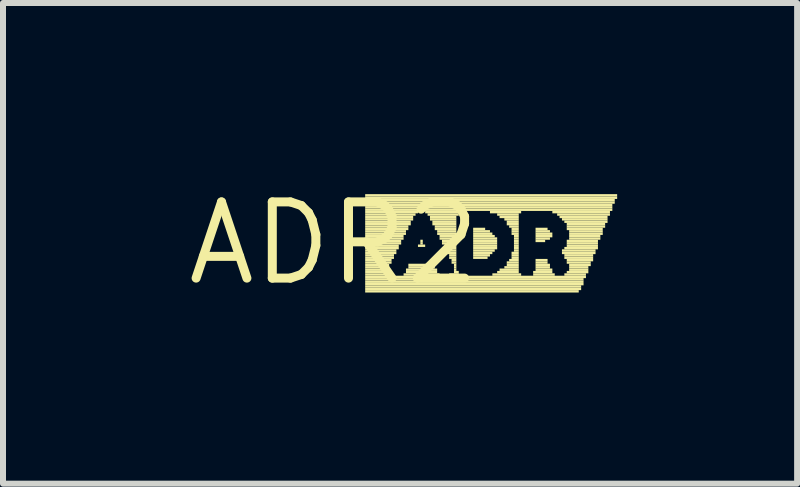
<source format=kicad_pcb>
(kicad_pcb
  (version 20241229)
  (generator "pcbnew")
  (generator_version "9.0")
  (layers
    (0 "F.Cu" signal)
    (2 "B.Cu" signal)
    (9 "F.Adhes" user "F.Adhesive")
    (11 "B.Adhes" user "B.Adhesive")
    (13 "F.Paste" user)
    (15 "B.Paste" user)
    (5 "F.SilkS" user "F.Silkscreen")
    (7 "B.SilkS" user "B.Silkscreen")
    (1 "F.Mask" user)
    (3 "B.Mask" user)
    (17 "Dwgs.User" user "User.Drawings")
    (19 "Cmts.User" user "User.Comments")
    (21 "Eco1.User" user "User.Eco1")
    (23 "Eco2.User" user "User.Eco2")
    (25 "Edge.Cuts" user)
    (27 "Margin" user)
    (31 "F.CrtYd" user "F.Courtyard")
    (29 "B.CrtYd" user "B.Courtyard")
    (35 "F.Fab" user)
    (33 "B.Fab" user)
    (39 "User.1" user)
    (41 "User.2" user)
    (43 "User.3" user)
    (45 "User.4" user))
  (footprint "ADR2"
    (layer "F.Cu")
    (at 2.517 1.006)
    (property "Reference" "ADR2" (at 0 0 0) (layer "F.SilkS") (effects (font (size 1.27 1.27) (thickness 0.15))))
    (fp_poly (pts (xy 0.52 -0.78) (xy 4.72 -0.78) (xy 4.72 -0.82) (xy 0.52 -0.82)) (stroke (width 0) (type default)) (fill yes) (layer "F.SilkS"))
    (fp_poly (pts (xy 0.52 -0.74) (xy 4.72 -0.74) (xy 4.72 -0.78) (xy 0.52 -0.78)) (stroke (width 0) (type default)) (fill yes) (layer "F.SilkS"))
    (fp_poly (pts (xy 0.52 -0.7) (xy 4.68 -0.7) (xy 4.68 -0.74) (xy 0.52 -0.74)) (stroke (width 0) (type default)) (fill yes) (layer "F.SilkS"))
    (fp_poly (pts (xy 0.52 -0.66) (xy 4.68 -0.66) (xy 4.68 -0.7) (xy 0.52 -0.7)) (stroke (width 0) (type default)) (fill yes) (layer "F.SilkS"))
    (fp_poly (pts (xy 0.52 -0.62) (xy 4.64 -0.62) (xy 4.64 -0.66) (xy 0.52 -0.66)) (stroke (width 0) (type default)) (fill yes) (layer "F.SilkS"))
    (fp_poly (pts (xy 0.52 -0.58) (xy 4.64 -0.58) (xy 4.64 -0.62) (xy 0.52 -0.62)) (stroke (width 0) (type default)) (fill yes) (layer "F.SilkS"))
    (fp_poly (pts (xy 0.52 -0.54) (xy 4.64 -0.54) (xy 4.64 -0.58) (xy 0.52 -0.58)) (stroke (width 0) (type default)) (fill yes) (layer "F.SilkS"))
    (fp_poly (pts (xy 0.52 -0.5) (xy 1.4 -0.5) (xy 1.4 -0.54) (xy 0.52 -0.54)) (stroke (width 0) (type default)) (fill yes) (layer "F.SilkS"))
    (fp_poly (pts (xy 0.52 -0.46) (xy 1.36 -0.46) (xy 1.36 -0.5) (xy 0.52 -0.5)) (stroke (width 0) (type default)) (fill yes) (layer "F.SilkS"))
    (fp_poly (pts (xy 0.52 -0.42) (xy 1.32 -0.42) (xy 1.32 -0.46) (xy 0.52 -0.46)) (stroke (width 0) (type default)) (fill yes) (layer "F.SilkS"))
    (fp_poly (pts (xy 0.52 -0.38) (xy 1.32 -0.38) (xy 1.32 -0.42) (xy 0.52 -0.42)) (stroke (width 0) (type default)) (fill yes) (layer "F.SilkS"))
    (fp_poly (pts (xy 0.52 -0.34) (xy 1.28 -0.34) (xy 1.28 -0.38) (xy 0.52 -0.38)) (stroke (width 0) (type default)) (fill yes) (layer "F.SilkS"))
    (fp_poly (pts (xy 0.52 -0.3) (xy 1.28 -0.3) (xy 1.28 -0.34) (xy 0.52 -0.34)) (stroke (width 0) (type default)) (fill yes) (layer "F.SilkS"))
    (fp_poly (pts (xy 0.52 -0.26) (xy 1.24 -0.26) (xy 1.24 -0.3) (xy 0.52 -0.3)) (stroke (width 0) (type default)) (fill yes) (layer "F.SilkS"))
    (fp_poly (pts (xy 0.52 -0.22) (xy 1.24 -0.22) (xy 1.24 -0.26) (xy 0.52 -0.26)) (stroke (width 0) (type default)) (fill yes) (layer "F.SilkS"))
    (fp_poly (pts (xy 0.52 -0.18) (xy 1.2 -0.18) (xy 1.2 -0.22) (xy 0.52 -0.22)) (stroke (width 0) (type default)) (fill yes) (layer "F.SilkS"))
    (fp_poly (pts (xy 0.52 -0.14) (xy 1.2 -0.14) (xy 1.2 -0.18) (xy 0.52 -0.18)) (stroke (width 0) (type default)) (fill yes) (layer "F.SilkS"))
    (fp_poly (pts (xy 0.52 -0.1) (xy 1.16 -0.1) (xy 1.16 -0.14) (xy 0.52 -0.14)) (stroke (width 0) (type default)) (fill yes) (layer "F.SilkS"))
    (fp_poly (pts (xy 0.52 -0.06) (xy 1.16 -0.06) (xy 1.16 -0.1) (xy 0.52 -0.1)) (stroke (width 0) (type default)) (fill yes) (layer "F.SilkS"))
    (fp_poly (pts (xy 0.52 -0.02) (xy 1.12 -0.02) (xy 1.12 -0.06) (xy 0.52 -0.06)) (stroke (width 0) (type default)) (fill yes) (layer "F.SilkS"))
    (fp_poly (pts (xy 0.52 0.02) (xy 1.12 0.02) (xy 1.12 -0.02) (xy 0.52 -0.02)) (stroke (width 0) (type default)) (fill yes) (layer "F.SilkS"))
    (fp_poly (pts (xy 0.52 0.06) (xy 1.08 0.06) (xy 1.08 0.02) (xy 0.52 0.02)) (stroke (width 0) (type default)) (fill yes) (layer "F.SilkS"))
    (fp_poly (pts (xy 0.52 0.1) (xy 1.08 0.1) (xy 1.08 0.06) (xy 0.52 0.06)) (stroke (width 0) (type default)) (fill yes) (layer "F.SilkS"))
    (fp_poly (pts (xy 0.52 0.14) (xy 1.04 0.14) (xy 1.04 0.1) (xy 0.52 0.1)) (stroke (width 0) (type default)) (fill yes) (layer "F.SilkS"))
    (fp_poly (pts (xy 0.52 0.18) (xy 1.04 0.18) (xy 1.04 0.14) (xy 0.52 0.14)) (stroke (width 0) (type default)) (fill yes) (layer "F.SilkS"))
    (fp_poly (pts (xy 0.52 0.22) (xy 1 0.22) (xy 1 0.18) (xy 0.52 0.18)) (stroke (width 0) (type default)) (fill yes) (layer "F.SilkS"))
    (fp_poly (pts (xy 0.52 0.26) (xy 1 0.26) (xy 1 0.22) (xy 0.52 0.22)) (stroke (width 0) (type default)) (fill yes) (layer "F.SilkS"))
    (fp_poly (pts (xy 0.52 0.3) (xy 0.96 0.3) (xy 0.96 0.26) (xy 0.52 0.26)) (stroke (width 0) (type default)) (fill yes) (layer "F.SilkS"))
    (fp_poly (pts (xy 0.52 0.34) (xy 0.96 0.34) (xy 0.96 0.3) (xy 0.52 0.3)) (stroke (width 0) (type default)) (fill yes) (layer "F.SilkS"))
    (fp_poly (pts (xy 0.52 0.38) (xy 0.92 0.38) (xy 0.92 0.34) (xy 0.52 0.34)) (stroke (width 0) (type default)) (fill yes) (layer "F.SilkS"))
    (fp_poly (pts (xy 0.52 0.42) (xy 0.92 0.42) (xy 0.92 0.38) (xy 0.52 0.38)) (stroke (width 0) (type default)) (fill yes) (layer "F.SilkS"))
    (fp_poly (pts (xy 0.52 0.46) (xy 0.92 0.46) (xy 0.92 0.42) (xy 0.52 0.42)) (stroke (width 0) (type default)) (fill yes) (layer "F.SilkS"))
    (fp_poly (pts (xy 0.52 0.5) (xy 0.92 0.5) (xy 0.92 0.46) (xy 0.52 0.46)) (stroke (width 0) (type default)) (fill yes) (layer "F.SilkS"))
    (fp_poly (pts (xy 0.52 0.54) (xy 1 0.54) (xy 1 0.5) (xy 0.52 0.5)) (stroke (width 0) (type default)) (fill yes) (layer "F.SilkS"))
    (fp_poly (pts (xy 0.52 0.58) (xy 4.2 0.58) (xy 4.2 0.54) (xy 0.52 0.54)) (stroke (width 0) (type default)) (fill yes) (layer "F.SilkS"))
    (fp_poly (pts (xy 0.52 0.62) (xy 4.16 0.62) (xy 4.16 0.58) (xy 0.52 0.58)) (stroke (width 0) (type default)) (fill yes) (layer "F.SilkS"))
    (fp_poly (pts (xy 0.52 0.66) (xy 4.16 0.66) (xy 4.16 0.62) (xy 0.52 0.62)) (stroke (width 0) (type default)) (fill yes) (layer "F.SilkS"))
    (fp_poly (pts (xy 0.52 0.7) (xy 4.16 0.7) (xy 4.16 0.66) (xy 0.52 0.66)) (stroke (width 0) (type default)) (fill yes) (layer "F.SilkS"))
    (fp_poly (pts (xy 0.52 0.74) (xy 4.12 0.74) (xy 4.12 0.7) (xy 0.52 0.7)) (stroke (width 0) (type default)) (fill yes) (layer "F.SilkS"))
    (fp_poly (pts (xy 0.52 0.78) (xy 4.12 0.78) (xy 4.12 0.74) (xy 0.52 0.74)) (stroke (width 0) (type default)) (fill yes) (layer "F.SilkS"))
    (fp_poly (pts (xy 0.52 0.82) (xy 4.08 0.82) (xy 4.08 0.78) (xy 0.52 0.78)) (stroke (width 0) (type default)) (fill yes) (layer "F.SilkS"))
    (fp_poly (pts (xy 1.16 0.54) (xy 1.76 0.54) (xy 1.76 0.5) (xy 1.16 0.5)) (stroke (width 0) (type default)) (fill yes) (layer "F.SilkS"))
    (fp_poly (pts (xy 1.2 0.46) (xy 1.72 0.46) (xy 1.72 0.42) (xy 1.2 0.42)) (stroke (width 0) (type default)) (fill yes) (layer "F.SilkS"))
    (fp_poly (pts (xy 1.2 0.5) (xy 1.72 0.5) (xy 1.72 0.46) (xy 1.2 0.46)) (stroke (width 0) (type default)) (fill yes) (layer "F.SilkS"))
    (fp_poly (pts (xy 1.24 0.38) (xy 1.68 0.38) (xy 1.68 0.34) (xy 1.24 0.34)) (stroke (width 0) (type default)) (fill yes) (layer "F.SilkS"))
    (fp_poly (pts (xy 1.24 0.42) (xy 1.68 0.42) (xy 1.68 0.38) (xy 1.24 0.38)) (stroke (width 0) (type default)) (fill yes) (layer "F.SilkS"))
    (fp_poly (pts (xy 1.4 0.06) (xy 1.52 0.06) (xy 1.52 0.02) (xy 1.4 0.02)) (stroke (width 0) (type default)) (fill yes) (layer "F.SilkS"))
    (fp_poly (pts (xy 1.44 -0.02) (xy 1.48 -0.02) (xy 1.48 -0.06) (xy 1.44 -0.06)) (stroke (width 0) (type default)) (fill yes) (layer "F.SilkS"))
    (fp_poly (pts (xy 1.44 0.02) (xy 1.48 0.02) (xy 1.48 -0.02) (xy 1.44 -0.02)) (stroke (width 0) (type default)) (fill yes) (layer "F.SilkS"))
    (fp_poly (pts (xy 1.52 -0.5) (xy 2.12 -0.5) (xy 2.12 -0.54) (xy 1.52 -0.54)) (stroke (width 0) (type default)) (fill yes) (layer "F.SilkS"))
    (fp_poly (pts (xy 1.56 -0.46) (xy 2.08 -0.46) (xy 2.08 -0.5) (xy 1.56 -0.5)) (stroke (width 0) (type default)) (fill yes) (layer "F.SilkS"))
    (fp_poly (pts (xy 1.6 -0.42) (xy 2.04 -0.42) (xy 2.04 -0.46) (xy 1.6 -0.46)) (stroke (width 0) (type default)) (fill yes) (layer "F.SilkS"))
    (fp_poly (pts (xy 1.6 -0.38) (xy 2.04 -0.38) (xy 2.04 -0.42) (xy 1.6 -0.42)) (stroke (width 0) (type default)) (fill yes) (layer "F.SilkS"))
    (fp_poly (pts (xy 1.64 -0.34) (xy 2.04 -0.34) (xy 2.04 -0.38) (xy 1.64 -0.38)) (stroke (width 0) (type default)) (fill yes) (layer "F.SilkS"))
    (fp_poly (pts (xy 1.64 -0.3) (xy 2.04 -0.3) (xy 2.04 -0.34) (xy 1.64 -0.34)) (stroke (width 0) (type default)) (fill yes) (layer "F.SilkS"))
    (fp_poly (pts (xy 1.68 -0.26) (xy 2.04 -0.26) (xy 2.04 -0.3) (xy 1.68 -0.3)) (stroke (width 0) (type default)) (fill yes) (layer "F.SilkS"))
    (fp_poly (pts (xy 1.68 -0.22) (xy 2.04 -0.22) (xy 2.04 -0.26) (xy 1.68 -0.26)) (stroke (width 0) (type default)) (fill yes) (layer "F.SilkS"))
    (fp_poly (pts (xy 1.72 -0.18) (xy 2.04 -0.18) (xy 2.04 -0.22) (xy 1.72 -0.22)) (stroke (width 0) (type default)) (fill yes) (layer "F.SilkS"))
    (fp_poly (pts (xy 1.72 -0.14) (xy 2.04 -0.14) (xy 2.04 -0.18) (xy 1.72 -0.18)) (stroke (width 0) (type default)) (fill yes) (layer "F.SilkS"))
    (fp_poly (pts (xy 1.76 -0.1) (xy 2.04 -0.1) (xy 2.04 -0.14) (xy 1.76 -0.14)) (stroke (width 0) (type default)) (fill yes) (layer "F.SilkS"))
    (fp_poly (pts (xy 1.76 -0.06) (xy 2.04 -0.06) (xy 2.04 -0.1) (xy 1.76 -0.1)) (stroke (width 0) (type default)) (fill yes) (layer "F.SilkS"))
    (fp_poly (pts (xy 1.8 -0.02) (xy 2.04 -0.02) (xy 2.04 -0.06) (xy 1.8 -0.06)) (stroke (width 0) (type default)) (fill yes) (layer "F.SilkS"))
    (fp_poly (pts (xy 1.8 0.02) (xy 2.04 0.02) (xy 2.04 -0.02) (xy 1.8 -0.02)) (stroke (width 0) (type default)) (fill yes) (layer "F.SilkS"))
    (fp_poly (pts (xy 1.84 0.06) (xy 2.04 0.06) (xy 2.04 0.02) (xy 1.84 0.02)) (stroke (width 0) (type default)) (fill yes) (layer "F.SilkS"))
    (fp_poly (pts (xy 1.84 0.1) (xy 2.04 0.1) (xy 2.04 0.06) (xy 1.84 0.06)) (stroke (width 0) (type default)) (fill yes) (layer "F.SilkS"))
    (fp_poly (pts (xy 1.88 0.14) (xy 2.04 0.14) (xy 2.04 0.1) (xy 1.88 0.1)) (stroke (width 0) (type default)) (fill yes) (layer "F.SilkS"))
    (fp_poly (pts (xy 1.88 0.18) (xy 2.04 0.18) (xy 2.04 0.14) (xy 1.88 0.14)) (stroke (width 0) (type default)) (fill yes) (layer "F.SilkS"))
    (fp_poly (pts (xy 1.92 0.22) (xy 2.04 0.22) (xy 2.04 0.18) (xy 1.92 0.18)) (stroke (width 0) (type default)) (fill yes) (layer "F.SilkS"))
    (fp_poly (pts (xy 1.92 0.26) (xy 2.04 0.26) (xy 2.04 0.22) (xy 1.92 0.22)) (stroke (width 0) (type default)) (fill yes) (layer "F.SilkS"))
    (fp_poly (pts (xy 1.92 0.54) (xy 2.08 0.54) (xy 2.08 0.5) (xy 1.92 0.5)) (stroke (width 0) (type default)) (fill yes) (layer "F.SilkS"))
    (fp_poly (pts (xy 1.96 0.3) (xy 2.04 0.3) (xy 2.04 0.26) (xy 1.96 0.26)) (stroke (width 0) (type default)) (fill yes) (layer "F.SilkS"))
    (fp_poly (pts (xy 1.96 0.34) (xy 2.04 0.34) (xy 2.04 0.3) (xy 1.96 0.3)) (stroke (width 0) (type default)) (fill yes) (layer "F.SilkS"))
    (fp_poly (pts (xy 2 0.38) (xy 2.04 0.38) (xy 2.04 0.34) (xy 2 0.34)) (stroke (width 0) (type default)) (fill yes) (layer "F.SilkS"))
    (fp_poly (pts (xy 2 0.42) (xy 2.04 0.42) (xy 2.04 0.38) (xy 2 0.38)) (stroke (width 0) (type default)) (fill yes) (layer "F.SilkS"))
    (fp_poly (pts (xy 2 0.46) (xy 2.04 0.46) (xy 2.04 0.42) (xy 2 0.42)) (stroke (width 0) (type default)) (fill yes) (layer "F.SilkS"))
    (fp_poly (pts (xy 2 0.5) (xy 2.08 0.5) (xy 2.08 0.46) (xy 2 0.46)) (stroke (width 0) (type default)) (fill yes) (layer "F.SilkS"))
    (fp_poly (pts (xy 2.32 -0.22) (xy 2.52 -0.22) (xy 2.52 -0.26) (xy 2.32 -0.26)) (stroke (width 0) (type default)) (fill yes) (layer "F.SilkS"))
    (fp_poly (pts (xy 2.32 -0.18) (xy 2.6 -0.18) (xy 2.6 -0.22) (xy 2.32 -0.22)) (stroke (width 0) (type default)) (fill yes) (layer "F.SilkS"))
    (fp_poly (pts (xy 2.32 -0.14) (xy 2.64 -0.14) (xy 2.64 -0.18) (xy 2.32 -0.18)) (stroke (width 0) (type default)) (fill yes) (layer "F.SilkS"))
    (fp_poly (pts (xy 2.32 -0.1) (xy 2.68 -0.1) (xy 2.68 -0.14) (xy 2.32 -0.14)) (stroke (width 0) (type default)) (fill yes) (layer "F.SilkS"))
    (fp_poly (pts (xy 2.32 -0.06) (xy 2.72 -0.06) (xy 2.72 -0.1) (xy 2.32 -0.1)) (stroke (width 0) (type default)) (fill yes) (layer "F.SilkS"))
    (fp_poly (pts (xy 2.32 -0.02) (xy 2.72 -0.02) (xy 2.72 -0.06) (xy 2.32 -0.06)) (stroke (width 0) (type default)) (fill yes) (layer "F.SilkS"))
    (fp_poly (pts (xy 2.32 0.02) (xy 2.72 0.02) (xy 2.72 -0.02) (xy 2.32 -0.02)) (stroke (width 0) (type default)) (fill yes) (layer "F.SilkS"))
    (fp_poly (pts (xy 2.32 0.06) (xy 2.72 0.06) (xy 2.72 0.02) (xy 2.32 0.02)) (stroke (width 0) (type default)) (fill yes) (layer "F.SilkS"))
    (fp_poly (pts (xy 2.32 0.1) (xy 2.72 0.1) (xy 2.72 0.06) (xy 2.32 0.06)) (stroke (width 0) (type default)) (fill yes) (layer "F.SilkS"))
    (fp_poly (pts (xy 2.32 0.14) (xy 2.68 0.14) (xy 2.68 0.1) (xy 2.32 0.1)) (stroke (width 0) (type default)) (fill yes) (layer "F.SilkS"))
    (fp_poly (pts (xy 2.32 0.18) (xy 2.64 0.18) (xy 2.64 0.14) (xy 2.32 0.14)) (stroke (width 0) (type default)) (fill yes) (layer "F.SilkS"))
    (fp_poly (pts (xy 2.32 0.22) (xy 2.6 0.22) (xy 2.6 0.18) (xy 2.32 0.18)) (stroke (width 0) (type default)) (fill yes) (layer "F.SilkS"))
    (fp_poly (pts (xy 2.32 0.26) (xy 2.56 0.26) (xy 2.56 0.22) (xy 2.32 0.22)) (stroke (width 0) (type default)) (fill yes) (layer "F.SilkS"))
    (fp_poly (pts (xy 2.6 -0.5) (xy 3.12 -0.5) (xy 3.12 -0.54) (xy 2.6 -0.54)) (stroke (width 0) (type default)) (fill yes) (layer "F.SilkS"))
    (fp_poly (pts (xy 2.64 0.54) (xy 3.12 0.54) (xy 3.12 0.5) (xy 2.64 0.5)) (stroke (width 0) (type default)) (fill yes) (layer "F.SilkS"))
    (fp_poly (pts (xy 2.72 -0.46) (xy 3.08 -0.46) (xy 3.08 -0.5) (xy 2.72 -0.5)) (stroke (width 0) (type default)) (fill yes) (layer "F.SilkS"))
    (fp_poly (pts (xy 2.72 0.5) (xy 3.08 0.5) (xy 3.08 0.46) (xy 2.72 0.46)) (stroke (width 0) (type default)) (fill yes) (layer "F.SilkS"))
    (fp_poly (pts (xy 2.76 -0.42) (xy 3.08 -0.42) (xy 3.08 -0.46) (xy 2.76 -0.46)) (stroke (width 0) (type default)) (fill yes) (layer "F.SilkS"))
    (fp_poly (pts (xy 2.76 0.46) (xy 3.08 0.46) (xy 3.08 0.42) (xy 2.76 0.42)) (stroke (width 0) (type default)) (fill yes) (layer "F.SilkS"))
    (fp_poly (pts (xy 2.84 -0.38) (xy 3.08 -0.38) (xy 3.08 -0.42) (xy 2.84 -0.42)) (stroke (width 0) (type default)) (fill yes) (layer "F.SilkS"))
    (fp_poly (pts (xy 2.84 0.42) (xy 3.08 0.42) (xy 3.08 0.38) (xy 2.84 0.38)) (stroke (width 0) (type default)) (fill yes) (layer "F.SilkS"))
    (fp_poly (pts (xy 2.88 -0.34) (xy 3.08 -0.34) (xy 3.08 -0.38) (xy 2.88 -0.38)) (stroke (width 0) (type default)) (fill yes) (layer "F.SilkS"))
    (fp_poly (pts (xy 2.88 -0.3) (xy 3.08 -0.3) (xy 3.08 -0.34) (xy 2.88 -0.34)) (stroke (width 0) (type default)) (fill yes) (layer "F.SilkS"))
    (fp_poly (pts (xy 2.88 0.34) (xy 3.08 0.34) (xy 3.08 0.3) (xy 2.88 0.3)) (stroke (width 0) (type default)) (fill yes) (layer "F.SilkS"))
    (fp_poly (pts (xy 2.88 0.38) (xy 3.08 0.38) (xy 3.08 0.34) (xy 2.88 0.34)) (stroke (width 0) (type default)) (fill yes) (layer "F.SilkS"))
    (fp_poly (pts (xy 2.92 -0.26) (xy 3.08 -0.26) (xy 3.08 -0.3) (xy 2.92 -0.3)) (stroke (width 0) (type default)) (fill yes) (layer "F.SilkS"))
    (fp_poly (pts (xy 2.92 0.3) (xy 3.08 0.3) (xy 3.08 0.26) (xy 2.92 0.26)) (stroke (width 0) (type default)) (fill yes) (layer "F.SilkS"))
    (fp_poly (pts (xy 2.96 -0.22) (xy 3.08 -0.22) (xy 3.08 -0.26) (xy 2.96 -0.26)) (stroke (width 0) (type default)) (fill yes) (layer "F.SilkS"))
    (fp_poly (pts (xy 2.96 -0.18) (xy 3.08 -0.18) (xy 3.08 -0.22) (xy 2.96 -0.22)) (stroke (width 0) (type default)) (fill yes) (layer "F.SilkS"))
    (fp_poly (pts (xy 2.96 -0.14) (xy 3.08 -0.14) (xy 3.08 -0.18) (xy 2.96 -0.18)) (stroke (width 0) (type default)) (fill yes) (layer "F.SilkS"))
    (fp_poly (pts (xy 2.96 0.18) (xy 3.08 0.18) (xy 3.08 0.14) (xy 2.96 0.14)) (stroke (width 0) (type default)) (fill yes) (layer "F.SilkS"))
    (fp_poly (pts (xy 2.96 0.22) (xy 3.08 0.22) (xy 3.08 0.18) (xy 2.96 0.18)) (stroke (width 0) (type default)) (fill yes) (layer "F.SilkS"))
    (fp_poly (pts (xy 2.96 0.26) (xy 3.08 0.26) (xy 3.08 0.22) (xy 2.96 0.22)) (stroke (width 0) (type default)) (fill yes) (layer "F.SilkS"))
    (fp_poly (pts (xy 3 -0.1) (xy 3.08 -0.1) (xy 3.08 -0.14) (xy 3 -0.14)) (stroke (width 0) (type default)) (fill yes) (layer "F.SilkS"))
    (fp_poly (pts (xy 3 -0.06) (xy 3.08 -0.06) (xy 3.08 -0.1) (xy 3 -0.1)) (stroke (width 0) (type default)) (fill yes) (layer "F.SilkS"))
    (fp_poly (pts (xy 3 -0.02) (xy 3.08 -0.02) (xy 3.08 -0.06) (xy 3 -0.06)) (stroke (width 0) (type default)) (fill yes) (layer "F.SilkS"))
    (fp_poly (pts (xy 3 0.02) (xy 3.08 0.02) (xy 3.08 -0.02) (xy 3 -0.02)) (stroke (width 0) (type default)) (fill yes) (layer "F.SilkS"))
    (fp_poly (pts (xy 3 0.06) (xy 3.08 0.06) (xy 3.08 0.02) (xy 3 0.02)) (stroke (width 0) (type default)) (fill yes) (layer "F.SilkS"))
    (fp_poly (pts (xy 3 0.1) (xy 3.08 0.1) (xy 3.08 0.06) (xy 3 0.06)) (stroke (width 0) (type default)) (fill yes) (layer "F.SilkS"))
    (fp_poly (pts (xy 3 0.14) (xy 3.08 0.14) (xy 3.08 0.1) (xy 3 0.1)) (stroke (width 0) (type default)) (fill yes) (layer "F.SilkS"))
    (fp_poly (pts (xy 3.32 0.5) (xy 3.64 0.5) (xy 3.64 0.46) (xy 3.32 0.46)) (stroke (width 0) (type default)) (fill yes) (layer "F.SilkS"))
    (fp_poly (pts (xy 3.32 0.54) (xy 3.68 0.54) (xy 3.68 0.5) (xy 3.32 0.5)) (stroke (width 0) (type default)) (fill yes) (layer "F.SilkS"))
    (fp_poly (pts (xy 3.36 -0.22) (xy 3.56 -0.22) (xy 3.56 -0.26) (xy 3.36 -0.26)) (stroke (width 0) (type default)) (fill yes) (layer "F.SilkS"))
    (fp_poly (pts (xy 3.36 -0.18) (xy 3.6 -0.18) (xy 3.6 -0.22) (xy 3.36 -0.22)) (stroke (width 0) (type default)) (fill yes) (layer "F.SilkS"))
    (fp_poly (pts (xy 3.36 -0.14) (xy 3.64 -0.14) (xy 3.64 -0.18) (xy 3.36 -0.18)) (stroke (width 0) (type default)) (fill yes) (layer "F.SilkS"))
    (fp_poly (pts (xy 3.36 -0.1) (xy 3.64 -0.1) (xy 3.64 -0.14) (xy 3.36 -0.14)) (stroke (width 0) (type default)) (fill yes) (layer "F.SilkS"))
    (fp_poly (pts (xy 3.36 -0.06) (xy 3.6 -0.06) (xy 3.6 -0.1) (xy 3.36 -0.1)) (stroke (width 0) (type default)) (fill yes) (layer "F.SilkS"))
    (fp_poly (pts (xy 3.36 -0.02) (xy 3.52 -0.02) (xy 3.52 -0.06) (xy 3.36 -0.06)) (stroke (width 0) (type default)) (fill yes) (layer "F.SilkS"))
    (fp_poly (pts (xy 3.36 0.3) (xy 3.56 0.3) (xy 3.56 0.26) (xy 3.36 0.26)) (stroke (width 0) (type default)) (fill yes) (layer "F.SilkS"))
    (fp_poly (pts (xy 3.36 0.34) (xy 3.56 0.34) (xy 3.56 0.3) (xy 3.36 0.3)) (stroke (width 0) (type default)) (fill yes) (layer "F.SilkS"))
    (fp_poly (pts (xy 3.36 0.38) (xy 3.6 0.38) (xy 3.6 0.34) (xy 3.36 0.34)) (stroke (width 0) (type default)) (fill yes) (layer "F.SilkS"))
    (fp_poly (pts (xy 3.36 0.42) (xy 3.6 0.42) (xy 3.6 0.38) (xy 3.36 0.38)) (stroke (width 0) (type default)) (fill yes) (layer "F.SilkS"))
    (fp_poly (pts (xy 3.36 0.46) (xy 3.64 0.46) (xy 3.64 0.42) (xy 3.36 0.42)) (stroke (width 0) (type default)) (fill yes) (layer "F.SilkS"))
    (fp_poly (pts (xy 3.64 -0.5) (xy 4.6 -0.5) (xy 4.6 -0.54) (xy 3.64 -0.54)) (stroke (width 0) (type default)) (fill yes) (layer "F.SilkS"))
    (fp_poly (pts (xy 3.72 -0.46) (xy 4.6 -0.46) (xy 4.6 -0.5) (xy 3.72 -0.5)) (stroke (width 0) (type default)) (fill yes) (layer "F.SilkS"))
    (fp_poly (pts (xy 3.76 -0.42) (xy 4.56 -0.42) (xy 4.56 -0.46) (xy 3.76 -0.46)) (stroke (width 0) (type default)) (fill yes) (layer "F.SilkS"))
    (fp_poly (pts (xy 3.8 -0.38) (xy 4.56 -0.38) (xy 4.56 -0.42) (xy 3.8 -0.42)) (stroke (width 0) (type default)) (fill yes) (layer "F.SilkS"))
    (fp_poly (pts (xy 3.8 0.14) (xy 4.36 0.14) (xy 4.36 0.1) (xy 3.8 0.1)) (stroke (width 0) (type default)) (fill yes) (layer "F.SilkS"))
    (fp_poly (pts (xy 3.8 0.18) (xy 4.36 0.18) (xy 4.36 0.14) (xy 3.8 0.14)) (stroke (width 0) (type default)) (fill yes) (layer "F.SilkS"))
    (fp_poly (pts (xy 3.84 -0.34) (xy 4.56 -0.34) (xy 4.56 -0.38) (xy 3.84 -0.38)) (stroke (width 0) (type default)) (fill yes) (layer "F.SilkS"))
    (fp_poly (pts (xy 3.84 0.1) (xy 4.4 0.1) (xy 4.4 0.06) (xy 3.84 0.06)) (stroke (width 0) (type default)) (fill yes) (layer "F.SilkS"))
    (fp_poly (pts (xy 3.84 0.22) (xy 4.32 0.22) (xy 4.32 0.18) (xy 3.84 0.18)) (stroke (width 0) (type default)) (fill yes) (layer "F.SilkS"))
    (fp_poly (pts (xy 3.84 0.26) (xy 4.32 0.26) (xy 4.32 0.22) (xy 3.84 0.22)) (stroke (width 0) (type default)) (fill yes) (layer "F.SilkS"))
    (fp_poly (pts (xy 3.84 0.54) (xy 4.2 0.54) (xy 4.2 0.5) (xy 3.84 0.5)) (stroke (width 0) (type default)) (fill yes) (layer "F.SilkS"))
    (fp_poly (pts (xy 3.88 -0.3) (xy 4.52 -0.3) (xy 4.52 -0.34) (xy 3.88 -0.34)) (stroke (width 0) (type default)) (fill yes) (layer "F.SilkS"))
    (fp_poly (pts (xy 3.88 -0.26) (xy 4.52 -0.26) (xy 4.52 -0.3) (xy 3.88 -0.3)) (stroke (width 0) (type default)) (fill yes) (layer "F.SilkS"))
    (fp_poly (pts (xy 3.88 -0.22) (xy 4.48 -0.22) (xy 4.48 -0.26) (xy 3.88 -0.26)) (stroke (width 0) (type default)) (fill yes) (layer "F.SilkS"))
    (fp_poly (pts (xy 3.88 -0.02) (xy 4.4 -0.02) (xy 4.4 -0.06) (xy 3.88 -0.06)) (stroke (width 0) (type default)) (fill yes) (layer "F.SilkS"))
    (fp_poly (pts (xy 3.88 0.02) (xy 4.4 0.02) (xy 4.4 -0.02) (xy 3.88 -0.02)) (stroke (width 0) (type default)) (fill yes) (layer "F.SilkS"))
    (fp_poly (pts (xy 3.88 0.06) (xy 4.4 0.06) (xy 4.4 0.02) (xy 3.88 0.02)) (stroke (width 0) (type default)) (fill yes) (layer "F.SilkS"))
    (fp_poly (pts (xy 3.88 0.3) (xy 4.32 0.3) (xy 4.32 0.26) (xy 3.88 0.26)) (stroke (width 0) (type default)) (fill yes) (layer "F.SilkS"))
    (fp_poly (pts (xy 3.88 0.34) (xy 4.28 0.34) (xy 4.28 0.3) (xy 3.88 0.3)) (stroke (width 0) (type default)) (fill yes) (layer "F.SilkS"))
    (fp_poly (pts (xy 3.88 0.5) (xy 4.24 0.5) (xy 4.24 0.46) (xy 3.88 0.46)) (stroke (width 0) (type default)) (fill yes) (layer "F.SilkS"))
    (fp_poly (pts (xy 3.92 -0.18) (xy 4.48 -0.18) (xy 4.48 -0.22) (xy 3.92 -0.22)) (stroke (width 0) (type default)) (fill yes) (layer "F.SilkS"))
    (fp_poly (pts (xy 3.92 -0.14) (xy 4.48 -0.14) (xy 4.48 -0.18) (xy 3.92 -0.18)) (stroke (width 0) (type default)) (fill yes) (layer "F.SilkS"))
    (fp_poly (pts (xy 3.92 -0.1) (xy 4.44 -0.1) (xy 4.44 -0.14) (xy 3.92 -0.14)) (stroke (width 0) (type default)) (fill yes) (layer "F.SilkS"))
    (fp_poly (pts (xy 3.92 -0.06) (xy 4.44 -0.06) (xy 4.44 -0.1) (xy 3.92 -0.1)) (stroke (width 0) (type default)) (fill yes) (layer "F.SilkS"))
    (fp_poly (pts (xy 3.92 0.38) (xy 4.28 0.38) (xy 4.28 0.34) (xy 3.92 0.34)) (stroke (width 0) (type default)) (fill yes) (layer "F.SilkS"))
    (fp_poly (pts (xy 3.92 0.42) (xy 4.24 0.42) (xy 4.24 0.38) (xy 3.92 0.38)) (stroke (width 0) (type default)) (fill yes) (layer "F.SilkS"))
    (fp_poly (pts (xy 3.92 0.46) (xy 4.24 0.46) (xy 4.24 0.42) (xy 3.92 0.42)) (stroke (width 0) (type default)) (fill yes) (layer "F.SilkS")))
  (gr_rect
    (start -3 -3)
    (end 10.237 5.012)
    (stroke (width 0.1) (type default))
    (fill no)
    (layer "Edge.Cuts")))
</source>
